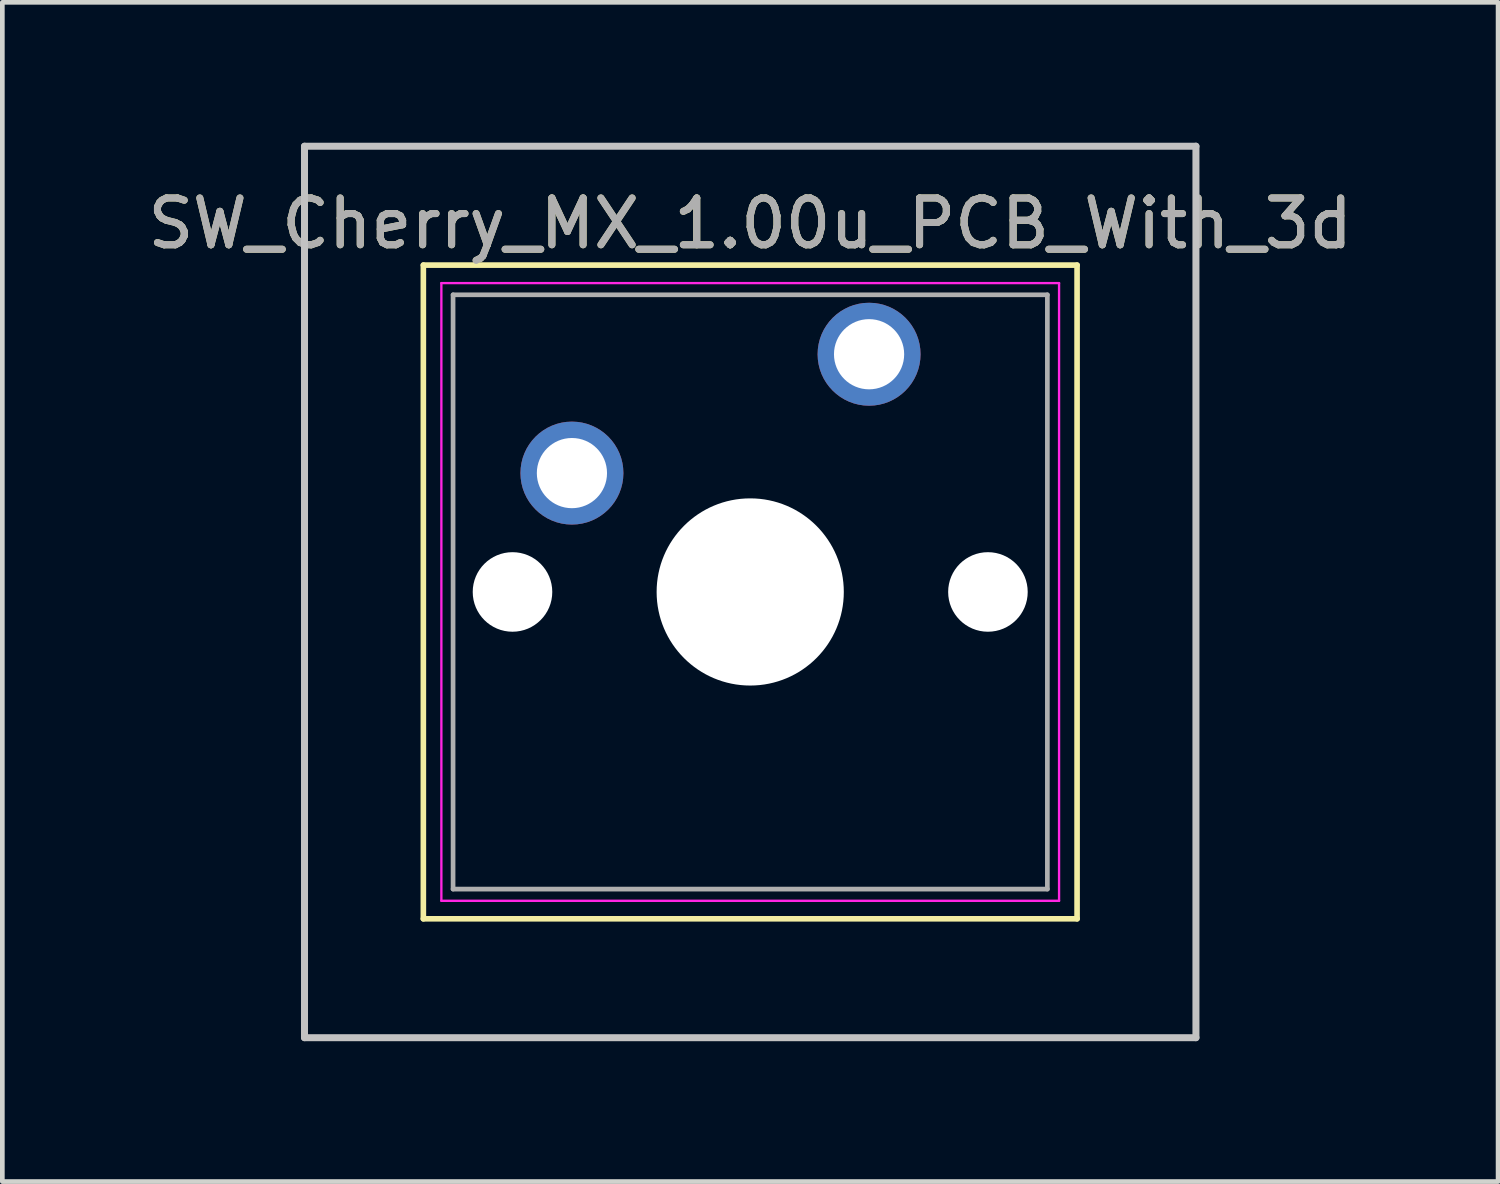
<source format=kicad_pcb>
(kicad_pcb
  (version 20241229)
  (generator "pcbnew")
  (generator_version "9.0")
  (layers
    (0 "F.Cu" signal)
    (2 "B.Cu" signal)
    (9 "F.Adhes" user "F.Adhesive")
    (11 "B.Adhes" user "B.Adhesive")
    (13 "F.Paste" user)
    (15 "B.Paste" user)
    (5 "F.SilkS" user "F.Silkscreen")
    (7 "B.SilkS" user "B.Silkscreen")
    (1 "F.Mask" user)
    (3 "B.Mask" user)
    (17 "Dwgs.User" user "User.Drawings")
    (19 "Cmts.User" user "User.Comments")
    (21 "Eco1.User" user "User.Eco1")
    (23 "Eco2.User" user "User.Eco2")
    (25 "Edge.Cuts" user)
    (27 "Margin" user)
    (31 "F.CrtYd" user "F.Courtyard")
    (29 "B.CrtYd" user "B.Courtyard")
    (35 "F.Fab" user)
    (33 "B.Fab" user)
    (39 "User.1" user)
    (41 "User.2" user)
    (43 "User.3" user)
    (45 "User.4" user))
  (footprint "SW_Cherry_MX_1.00u_PCB_With_3d"
    (layer "F.Cu")
    (at 15.522 4.52)
    (property "Reference" "SW_Cherry_MX_1.00u_PCB_With_3d" (at -2.54 -2.794 0) (layer "F.SilkS") (effects (font (size 1 1) (thickness 0.15))))
    (attr through_hole)
    (fp_line (start -9.525 -1.905) (end 4.445 -1.905) (stroke (width 0.12) (type solid)) (layer "F.SilkS"))
    (fp_line (start -9.525 12.065) (end -9.525 -1.905) (stroke (width 0.12) (type solid)) (layer "F.SilkS"))
    (fp_line (start 4.445 -1.905) (end 4.445 12.065) (stroke (width 0.12) (type solid)) (layer "F.SilkS"))
    (fp_line (start 4.445 12.065) (end -9.525 12.065) (stroke (width 0.12) (type solid)) (layer "F.SilkS"))
    (fp_line (start -12.065 -4.445) (end 6.985 -4.445) (stroke (width 0.15) (type solid)) (layer "Dwgs.User"))
    (fp_line (start -12.065 14.605) (end -12.065 -4.445) (stroke (width 0.15) (type solid)) (layer "Dwgs.User"))
    (fp_line (start 6.985 -4.445) (end 6.985 14.605) (stroke (width 0.15) (type solid)) (layer "Dwgs.User"))
    (fp_line (start 6.985 14.605) (end -12.065 14.605) (stroke (width 0.15) (type solid)) (layer "Dwgs.User"))
    (fp_line (start -9.14 -1.52) (end 4.06 -1.52) (stroke (width 0.05) (type solid)) (layer "F.CrtYd"))
    (fp_line (start -9.14 11.68) (end -9.14 -1.52) (stroke (width 0.05) (type solid)) (layer "F.CrtYd"))
    (fp_line (start 4.06 -1.52) (end 4.06 11.68) (stroke (width 0.05) (type solid)) (layer "F.CrtYd"))
    (fp_line (start 4.06 11.68) (end -9.14 11.68) (stroke (width 0.05) (type solid)) (layer "F.CrtYd"))
    (fp_line (start -8.89 -1.27) (end 3.81 -1.27) (stroke (width 0.1) (type solid)) (layer "F.Fab"))
    (fp_line (start -8.89 11.43) (end -8.89 -1.27) (stroke (width 0.1) (type solid)) (layer "F.Fab"))
    (fp_line (start 3.81 -1.27) (end 3.81 11.43) (stroke (width 0.1) (type solid)) (layer "F.Fab"))
    (fp_line (start 3.81 11.43) (end -8.89 11.43) (stroke (width 0.1) (type solid)) (layer "F.Fab"))
    (fp_text user "${REFERENCE}" (at -2.54 -2.794 0) (layer "F.Fab") (effects (font (size 1 1) (thickness 0.15))))
    (pad "" np_thru_hole circle (at -7.62 5.08) (size 1.7 1.7) (drill 1.7) (layers "*.Cu" "*.Mask"))
    (pad "" np_thru_hole circle (at -2.54 5.08) (size 4 4) (drill 4) (layers "*.Cu" "*.Mask"))
    (pad "" np_thru_hole circle (at 2.54 5.08) (size 1.7 1.7) (drill 1.7) (layers "*.Cu" "*.Mask"))
    (pad "1" thru_hole circle (at 0 0) (size 2.2 2.2) (drill 1.5) (layers "*.Cu" "*.Mask"))
    (pad "2" thru_hole circle (at -6.35 2.54) (size 2.2 2.2) (drill 1.5) (layers "*.Cu" "*.Mask")))
  (gr_rect
    (start -3 -3)
    (end 28.964 22.2)
    (stroke (width 0.1) (type default))
    (fill no)
    (layer "Edge.Cuts")))
</source>
